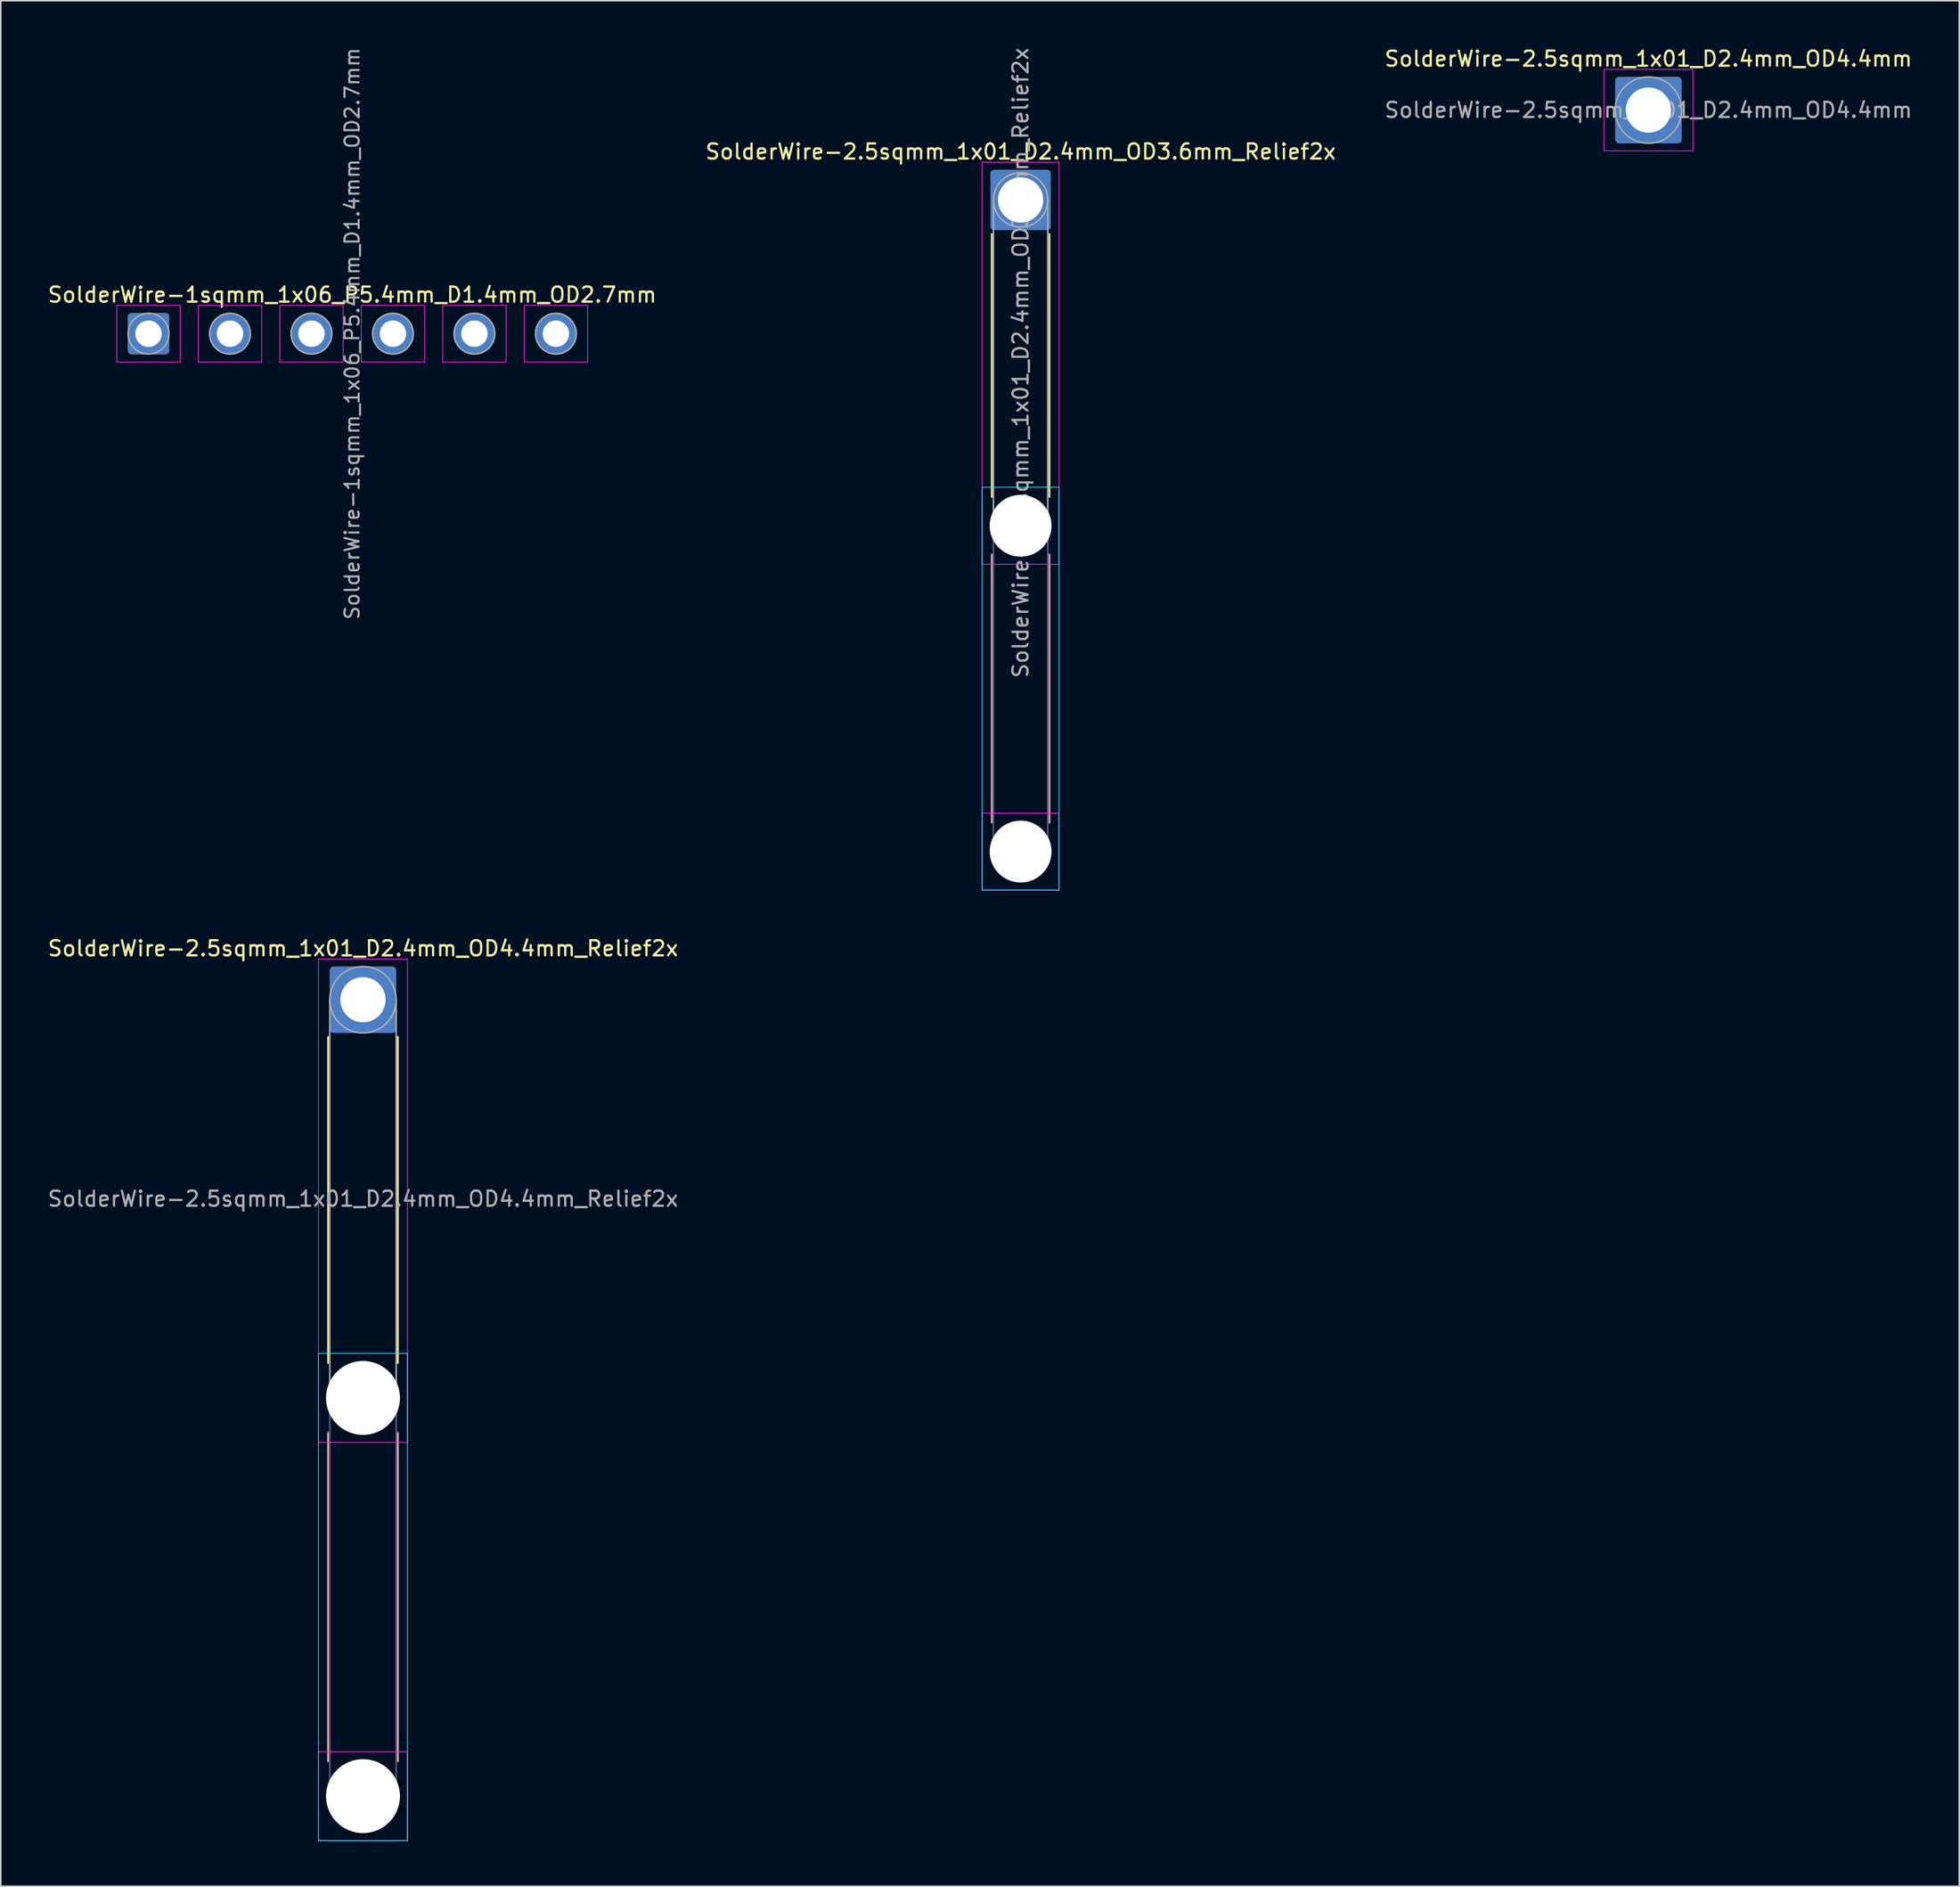
<source format=kicad_pcb>
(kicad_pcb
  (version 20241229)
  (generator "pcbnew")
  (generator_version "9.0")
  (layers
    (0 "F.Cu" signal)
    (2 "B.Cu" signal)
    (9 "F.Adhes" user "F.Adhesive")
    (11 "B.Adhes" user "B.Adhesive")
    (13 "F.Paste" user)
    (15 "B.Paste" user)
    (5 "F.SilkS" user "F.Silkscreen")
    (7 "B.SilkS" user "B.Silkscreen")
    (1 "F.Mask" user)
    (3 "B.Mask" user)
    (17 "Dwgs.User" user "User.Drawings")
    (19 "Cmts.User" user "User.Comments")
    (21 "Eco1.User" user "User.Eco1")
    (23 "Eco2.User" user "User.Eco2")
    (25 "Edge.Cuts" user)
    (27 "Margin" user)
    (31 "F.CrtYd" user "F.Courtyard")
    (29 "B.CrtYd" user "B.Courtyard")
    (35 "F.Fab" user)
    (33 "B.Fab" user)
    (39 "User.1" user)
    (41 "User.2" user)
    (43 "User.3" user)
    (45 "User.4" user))
  (footprint "SolderWire-2.5sqmm_1x01_D2.4mm_OD3.6mm_Relief2x"
    (layer "F.Cu")
    (at 64.589 10.206)
    (property "Reference" "SolderWire-2.5sqmm_1x01_D2.4mm_OD3.6mm_Relief2x" (at 0 -3.2 0) (layer "F.SilkS") (effects (font (size 1 1) (thickness 0.15))))
    (attr exclude_from_pos_files exclude_from_bom)
    (fp_line (start -1.91 2.26) (end -1.91 19.69) (stroke (width 0.12) (type solid)) (layer "F.SilkS"))
    (fp_line (start 1.91 2.26) (end 1.91 19.69) (stroke (width 0.12) (type solid)) (layer "F.SilkS"))
    (fp_line (start -1.91 23.51) (end -1.91 41.29) (stroke (width 0.12) (type solid)) (layer "B.SilkS"))
    (fp_line (start 1.91 23.51) (end 1.91 41.29) (stroke (width 0.12) (type solid)) (layer "B.SilkS"))
    (fp_line (start -2.55 19.05) (end -2.55 45.75) (stroke (width 0.05) (type solid)) (layer "B.CrtYd"))
    (fp_line (start -2.55 45.75) (end 2.55 45.75) (stroke (width 0.05) (type solid)) (layer "B.CrtYd"))
    (fp_line (start 2.55 19.05) (end -2.55 19.05) (stroke (width 0.05) (type solid)) (layer "B.CrtYd"))
    (fp_line (start 2.55 45.75) (end 2.55 19.05) (stroke (width 0.05) (type solid)) (layer "B.CrtYd"))
    (fp_line (start -2.55 -2.5) (end -2.55 24.15) (stroke (width 0.05) (type solid)) (layer "F.CrtYd"))
    (fp_line (start -2.55 24.15) (end 2.55 24.15) (stroke (width 0.05) (type solid)) (layer "F.CrtYd"))
    (fp_line (start -2.55 40.65) (end -2.55 45.75) (stroke (width 0.05) (type solid)) (layer "F.CrtYd"))
    (fp_line (start -2.55 45.75) (end 2.55 45.75) (stroke (width 0.05) (type solid)) (layer "F.CrtYd"))
    (fp_line (start 2.55 -2.5) (end -2.55 -2.5) (stroke (width 0.05) (type solid)) (layer "F.CrtYd"))
    (fp_line (start 2.55 24.15) (end 2.55 -2.5) (stroke (width 0.05) (type solid)) (layer "F.CrtYd"))
    (fp_line (start 2.55 40.65) (end -2.55 40.65) (stroke (width 0.05) (type solid)) (layer "F.CrtYd"))
    (fp_line (start 2.55 45.75) (end 2.55 40.65) (stroke (width 0.05) (type solid)) (layer "F.CrtYd"))
    (fp_line (start -1.8 21.6) (end -1.8 43.2) (stroke (width 0.1) (type solid)) (layer "B.Fab"))
    (fp_line (start 1.8 21.6) (end 1.8 43.2) (stroke (width 0.1) (type solid)) (layer "B.Fab"))
    (fp_circle (center 0 21.6) (end 1.8 21.6) (stroke (width 0.1) (type solid)) (fill no) (layer "B.Fab"))
    (fp_circle (center 0 43.2) (end 1.8 43.2) (stroke (width 0.1) (type solid)) (fill no) (layer "B.Fab"))
    (fp_line (start -1.8 0) (end -1.8 21.6) (stroke (width 0.1) (type solid)) (layer "F.Fab"))
    (fp_line (start 1.8 0) (end 1.8 21.6) (stroke (width 0.1) (type solid)) (layer "F.Fab"))
    (fp_circle (center 0 0) (end 1.8 0) (stroke (width 0.1) (type solid)) (fill no) (layer "F.Fab"))
    (fp_circle (center 0 21.6) (end 1.8 21.6) (stroke (width 0.1) (type solid)) (fill no) (layer "F.Fab"))
    (fp_circle (center 0 43.2) (end 1.8 43.2) (stroke (width 0.1) (type solid)) (fill no) (layer "F.Fab"))
    (fp_text user "${REFERENCE}" (at 0 10.8 90) (layer "F.Fab") (effects (font (size 1 1) (thickness 0.15))))
    (pad "" np_thru_hole circle (at 0 21.6) (size 4.1 4.1) (drill 4.1) (layers "*.Cu" "*.Mask"))
    (pad "" np_thru_hole circle (at 0 43.2) (size 4.1 4.1) (drill 4.1) (layers "*.Cu" "*.Mask"))
    (pad "1" thru_hole roundrect (at 0 0) (size 4 4) (drill 3) (layers "*.Cu" "*.Mask") (roundrect_rratio 0.062)))
  (footprint "SolderWire-2.5sqmm_1x01_D2.4mm_OD4.4mm"
    (layer "F.Cu")
    (at 106.196 4.248)
    (property "Reference" "SolderWire-2.5sqmm_1x01_D2.4mm_OD4.4mm" (at 0 -3.4 0) (layer "F.SilkS") (effects (font (size 1 1) (thickness 0.15))))
    (attr exclude_from_pos_files exclude_from_bom)
    (fp_line (start -2.95 -2.7) (end -2.95 2.7) (stroke (width 0.05) (type solid)) (layer "F.CrtYd"))
    (fp_line (start -2.95 2.7) (end 2.95 2.7) (stroke (width 0.05) (type solid)) (layer "F.CrtYd"))
    (fp_line (start 2.95 -2.7) (end -2.95 -2.7) (stroke (width 0.05) (type solid)) (layer "F.CrtYd"))
    (fp_line (start 2.95 2.7) (end 2.95 -2.7) (stroke (width 0.05) (type solid)) (layer "F.CrtYd"))
    (fp_circle (center 0 0) (end 2.2 0) (stroke (width 0.1) (type solid)) (fill no) (layer "F.Fab"))
    (fp_text user "${REFERENCE}" (at 0 0 0) (layer "F.Fab") (effects (font (size 1 1) (thickness 0.15))))
    (pad "1" thru_hole roundrect (at 0 0) (size 4.4 4.4) (drill 3) (layers "*.Cu" "*.Mask") (roundrect_rratio 0.057)))
  (footprint "SolderWire-2.5sqmm_1x01_D2.4mm_OD4.4mm_Relief2x"
    (layer "F.Cu")
    (at 21.006 63.229)
    (property "Reference" "SolderWire-2.5sqmm_1x01_D2.4mm_OD4.4mm_Relief2x" (at 0 -3.4 0) (layer "F.SilkS") (effects (font (size 1 1) (thickness 0.15))))
    (attr exclude_from_pos_files exclude_from_bom)
    (fp_line (start -2.31 2.46) (end -2.31 24.09) (stroke (width 0.12) (type solid)) (layer "F.SilkS"))
    (fp_line (start 2.31 2.46) (end 2.31 24.09) (stroke (width 0.12) (type solid)) (layer "F.SilkS"))
    (fp_line (start -2.31 28.71) (end -2.31 50.49) (stroke (width 0.12) (type solid)) (layer "B.SilkS"))
    (fp_line (start 2.31 28.71) (end 2.31 50.49) (stroke (width 0.12) (type solid)) (layer "B.SilkS"))
    (fp_line (start -2.95 23.45) (end -2.95 55.75) (stroke (width 0.05) (type solid)) (layer "B.CrtYd"))
    (fp_line (start -2.95 55.75) (end 2.95 55.75) (stroke (width 0.05) (type solid)) (layer "B.CrtYd"))
    (fp_line (start 2.95 23.45) (end -2.95 23.45) (stroke (width 0.05) (type solid)) (layer "B.CrtYd"))
    (fp_line (start 2.95 55.75) (end 2.95 23.45) (stroke (width 0.05) (type solid)) (layer "B.CrtYd"))
    (fp_line (start -2.95 -2.7) (end -2.95 29.35) (stroke (width 0.05) (type solid)) (layer "F.CrtYd"))
    (fp_line (start -2.95 29.35) (end 2.95 29.35) (stroke (width 0.05) (type solid)) (layer "F.CrtYd"))
    (fp_line (start -2.95 49.85) (end -2.95 55.75) (stroke (width 0.05) (type solid)) (layer "F.CrtYd"))
    (fp_line (start -2.95 55.75) (end 2.95 55.75) (stroke (width 0.05) (type solid)) (layer "F.CrtYd"))
    (fp_line (start 2.95 -2.7) (end -2.95 -2.7) (stroke (width 0.05) (type solid)) (layer "F.CrtYd"))
    (fp_line (start 2.95 29.35) (end 2.95 -2.7) (stroke (width 0.05) (type solid)) (layer "F.CrtYd"))
    (fp_line (start 2.95 49.85) (end -2.95 49.85) (stroke (width 0.05) (type solid)) (layer "F.CrtYd"))
    (fp_line (start 2.95 55.75) (end 2.95 49.85) (stroke (width 0.05) (type solid)) (layer "F.CrtYd"))
    (fp_line (start -2.2 26.4) (end -2.2 52.8) (stroke (width 0.1) (type solid)) (layer "B.Fab"))
    (fp_line (start 2.2 26.4) (end 2.2 52.8) (stroke (width 0.1) (type solid)) (layer "B.Fab"))
    (fp_circle (center 0 26.4) (end 2.2 26.4) (stroke (width 0.1) (type solid)) (fill no) (layer "B.Fab"))
    (fp_circle (center 0 52.8) (end 2.2 52.8) (stroke (width 0.1) (type solid)) (fill no) (layer "B.Fab"))
    (fp_line (start -2.2 0) (end -2.2 26.4) (stroke (width 0.1) (type solid)) (layer "F.Fab"))
    (fp_line (start 2.2 0) (end 2.2 26.4) (stroke (width 0.1) (type solid)) (layer "F.Fab"))
    (fp_circle (center 0 0) (end 2.2 0) (stroke (width 0.1) (type solid)) (fill no) (layer "F.Fab"))
    (fp_circle (center 0 26.4) (end 2.2 26.4) (stroke (width 0.1) (type solid)) (fill no) (layer "F.Fab"))
    (fp_circle (center 0 52.8) (end 2.2 52.8) (stroke (width 0.1) (type solid)) (fill no) (layer "F.Fab"))
    (fp_text user "${REFERENCE}" (at 0 13.2 0) (layer "F.Fab") (effects (font (size 1 1) (thickness 0.15))))
    (pad "" np_thru_hole circle (at 0 26.4) (size 4.9 4.9) (drill 4.9) (layers "*.Cu" "*.Mask"))
    (pad "" np_thru_hole circle (at 0 52.8) (size 4.9 4.9) (drill 4.9) (layers "*.Cu" "*.Mask"))
    (pad "1" thru_hole roundrect (at 0 0) (size 4.4 4.4) (drill 3) (layers "*.Cu" "*.Mask") (roundrect_rratio 0.057)))
  (footprint "SolderWire-1sqmm_1x06_P5.4mm_D1.4mm_OD2.7mm"
    (layer "F.Cu")
    (at 6.792 19.073)
    (property "Reference" "SolderWire-1sqmm_1x06_P5.4mm_D1.4mm_OD2.7mm" (at 13.5 -2.58 0) (layer "F.SilkS") (effects (font (size 1 1) (thickness 0.15))))
    (attr exclude_from_pos_files exclude_from_bom)
    (fp_line (start -2.1 -1.88) (end -2.1 1.88) (stroke (width 0.05) (type solid)) (layer "F.CrtYd"))
    (fp_line (start -2.1 1.88) (end 2.1 1.88) (stroke (width 0.05) (type solid)) (layer "F.CrtYd"))
    (fp_line (start 2.1 -1.88) (end -2.1 -1.88) (stroke (width 0.05) (type solid)) (layer "F.CrtYd"))
    (fp_line (start 2.1 1.88) (end 2.1 -1.88) (stroke (width 0.05) (type solid)) (layer "F.CrtYd"))
    (fp_line (start 3.3 -1.88) (end 3.3 1.88) (stroke (width 0.05) (type solid)) (layer "F.CrtYd"))
    (fp_line (start 3.3 1.88) (end 7.5 1.88) (stroke (width 0.05) (type solid)) (layer "F.CrtYd"))
    (fp_line (start 7.5 -1.88) (end 3.3 -1.88) (stroke (width 0.05) (type solid)) (layer "F.CrtYd"))
    (fp_line (start 7.5 1.88) (end 7.5 -1.88) (stroke (width 0.05) (type solid)) (layer "F.CrtYd"))
    (fp_line (start 8.7 -1.88) (end 8.7 1.88) (stroke (width 0.05) (type solid)) (layer "F.CrtYd"))
    (fp_line (start 8.7 1.88) (end 12.9 1.88) (stroke (width 0.05) (type solid)) (layer "F.CrtYd"))
    (fp_line (start 12.9 -1.88) (end 8.7 -1.88) (stroke (width 0.05) (type solid)) (layer "F.CrtYd"))
    (fp_line (start 12.9 1.88) (end 12.9 -1.88) (stroke (width 0.05) (type solid)) (layer "F.CrtYd"))
    (fp_line (start 14.1 -1.88) (end 14.1 1.88) (stroke (width 0.05) (type solid)) (layer "F.CrtYd"))
    (fp_line (start 14.1 1.88) (end 18.3 1.88) (stroke (width 0.05) (type solid)) (layer "F.CrtYd"))
    (fp_line (start 18.3 -1.88) (end 14.1 -1.88) (stroke (width 0.05) (type solid)) (layer "F.CrtYd"))
    (fp_line (start 18.3 1.88) (end 18.3 -1.88) (stroke (width 0.05) (type solid)) (layer "F.CrtYd"))
    (fp_line (start 19.5 -1.88) (end 19.5 1.88) (stroke (width 0.05) (type solid)) (layer "F.CrtYd"))
    (fp_line (start 19.5 1.88) (end 23.7 1.88) (stroke (width 0.05) (type solid)) (layer "F.CrtYd"))
    (fp_line (start 23.7 -1.88) (end 19.5 -1.88) (stroke (width 0.05) (type solid)) (layer "F.CrtYd"))
    (fp_line (start 23.7 1.88) (end 23.7 -1.88) (stroke (width 0.05) (type solid)) (layer "F.CrtYd"))
    (fp_line (start 24.9 -1.88) (end 24.9 1.88) (stroke (width 0.05) (type solid)) (layer "F.CrtYd"))
    (fp_line (start 24.9 1.88) (end 29.1 1.88) (stroke (width 0.05) (type solid)) (layer "F.CrtYd"))
    (fp_line (start 29.1 -1.88) (end 24.9 -1.88) (stroke (width 0.05) (type solid)) (layer "F.CrtYd"))
    (fp_line (start 29.1 1.88) (end 29.1 -1.88) (stroke (width 0.05) (type solid)) (layer "F.CrtYd"))
    (fp_circle (center 0 0) (end 1.35 0) (stroke (width 0.1) (type solid)) (fill no) (layer "F.Fab"))
    (fp_circle (center 5.4 0) (end 6.75 0) (stroke (width 0.1) (type solid)) (fill no) (layer "F.Fab"))
    (fp_circle (center 10.8 0) (end 12.15 0) (stroke (width 0.1) (type solid)) (fill no) (layer "F.Fab"))
    (fp_circle (center 16.2 0) (end 17.55 0) (stroke (width 0.1) (type solid)) (fill no) (layer "F.Fab"))
    (fp_circle (center 21.6 0) (end 22.95 0) (stroke (width 0.1) (type solid)) (fill no) (layer "F.Fab"))
    (fp_circle (center 27 0) (end 28.35 0) (stroke (width 0.1) (type solid)) (fill no) (layer "F.Fab"))
    (fp_text user "${REFERENCE}" (at 13.5 0 90) (layer "F.Fab") (effects (font (size 0.94 0.94) (thickness 0.14))))
    (pad "1" thru_hole roundrect (at 0 0) (size 2.75 2.75) (drill 1.75) (layers "*.Cu" "*.Mask") (roundrect_rratio 0.091))
    (pad "2" thru_hole circle (at 5.4 0) (size 2.75 2.75) (drill 1.75) (layers "*.Cu" "*.Mask"))
    (pad "3" thru_hole circle (at 10.8 0) (size 2.75 2.75) (drill 1.75) (layers "*.Cu" "*.Mask"))
    (pad "4" thru_hole circle (at 16.2 0) (size 2.75 2.75) (drill 1.75) (layers "*.Cu" "*.Mask"))
    (pad "5" thru_hole circle (at 21.6 0) (size 2.75 2.75) (drill 1.75) (layers "*.Cu" "*.Mask"))
    (pad "6" thru_hole circle (at 27 0) (size 2.75 2.75) (drill 1.75) (layers "*.Cu" "*.Mask")))
  (gr_rect
    (start -3 -3)
    (end 126.798 122.004)
    (stroke (width 0.1) (type default))
    (fill no)
    (layer "Edge.Cuts")))
</source>
